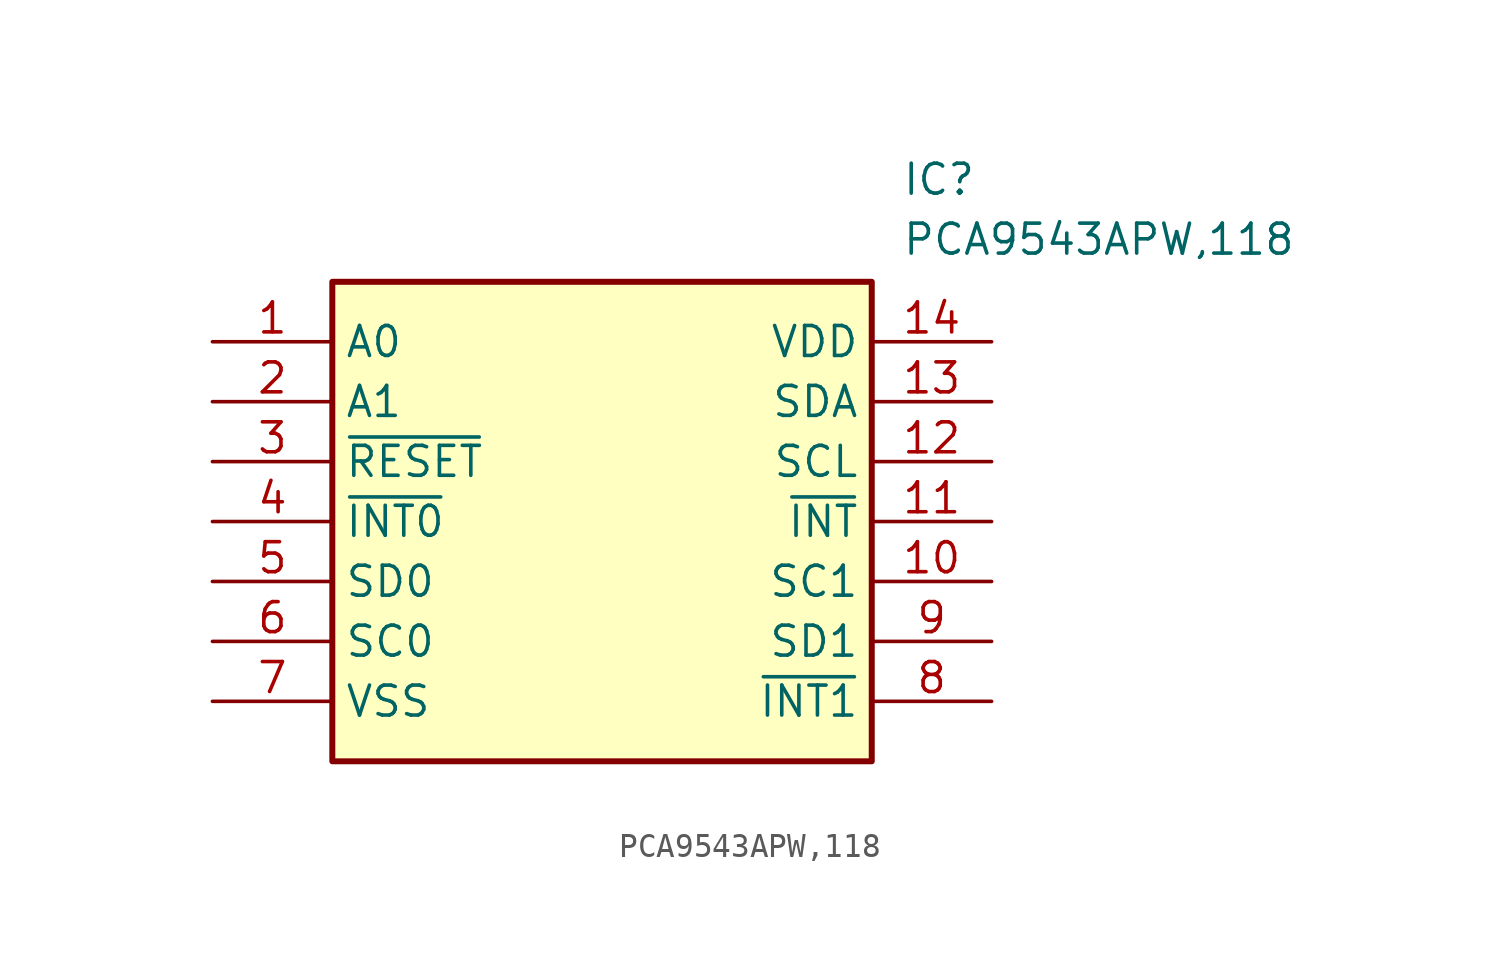
<source format=kicad_sym>
(kicad_symbol_lib
  (version 20220914)
  (generator SamacSys_ECAD_Model)
  (symbol "PCA9543APW,118"
    (property "Reference" "IC"
      (at 29.21 7.62 0)
      (effects (font (size 1.27 1.27)) (justify left top)))
    (property "Value" "PCA9543APW,118"
      (at 29.21 5.08 0)
      (effects (font (size 1.27 1.27)) (justify left top)))
    (rectangle
      (start 5.08 2.54)
      (end 27.94 -17.78)
      (stroke (width 0.254) (type default))
      (fill (type background)))
    (pin passive line
      (at 0 0 0)
      (length 5.08)
      (name "A0" (effects (font (size 1.27 1.27))))
      (number "1" (effects (font (size 1.27 1.27)))))
    (pin passive line
      (at 0 -2.54 0)
      (length 5.08)
      (name "A1" (effects (font (size 1.27 1.27))))
      (number "2" (effects (font (size 1.27 1.27)))))
    (pin passive line
      (at 0 -5.08 0)
      (length 5.08)
      (name "~{RESET}" (effects (font (size 1.27 1.27))))
      (number "3" (effects (font (size 1.27 1.27)))))
    (pin passive line
      (at 0 -7.62 0)
      (length 5.08)
      (name "~{INT0}" (effects (font (size 1.27 1.27))))
      (number "4" (effects (font (size 1.27 1.27)))))
    (pin passive line
      (at 0 -10.16 0)
      (length 5.08)
      (name "SD0" (effects (font (size 1.27 1.27))))
      (number "5" (effects (font (size 1.27 1.27)))))
    (pin passive line
      (at 0 -12.7 0)
      (length 5.08)
      (name "SC0" (effects (font (size 1.27 1.27))))
      (number "6" (effects (font (size 1.27 1.27)))))
    (pin passive line
      (at 0 -15.24 0)
      (length 5.08)
      (name "VSS" (effects (font (size 1.27 1.27))))
      (number "7" (effects (font (size 1.27 1.27)))))
    (pin passive line
      (at 33.02 0 180)
      (length 5.08)
      (name "VDD" (effects (font (size 1.27 1.27))))
      (number "14" (effects (font (size 1.27 1.27)))))
    (pin passive line
      (at 33.02 -2.54 180)
      (length 5.08)
      (name "SDA" (effects (font (size 1.27 1.27))))
      (number "13" (effects (font (size 1.27 1.27)))))
    (pin passive line
      (at 33.02 -5.08 180)
      (length 5.08)
      (name "SCL" (effects (font (size 1.27 1.27))))
      (number "12" (effects (font (size 1.27 1.27)))))
    (pin passive line
      (at 33.02 -7.62 180)
      (length 5.08)
      (name "~{INT}" (effects (font (size 1.27 1.27))))
      (number "11" (effects (font (size 1.27 1.27)))))
    (pin passive line
      (at 33.02 -10.16 180)
      (length 5.08)
      (name "SC1" (effects (font (size 1.27 1.27))))
      (number "10" (effects (font (size 1.27 1.27)))))
    (pin passive line
      (at 33.02 -12.7 180)
      (length 5.08)
      (name "SD1" (effects (font (size 1.27 1.27))))
      (number "9" (effects (font (size 1.27 1.27)))))
    (pin passive line
      (at 33.02 -15.24 180)
      (length 5.08)
      (name "~{INT1}" (effects (font (size 1.27 1.27))))
      (number "8" (effects (font (size 1.27 1.27)))))))
</source>
